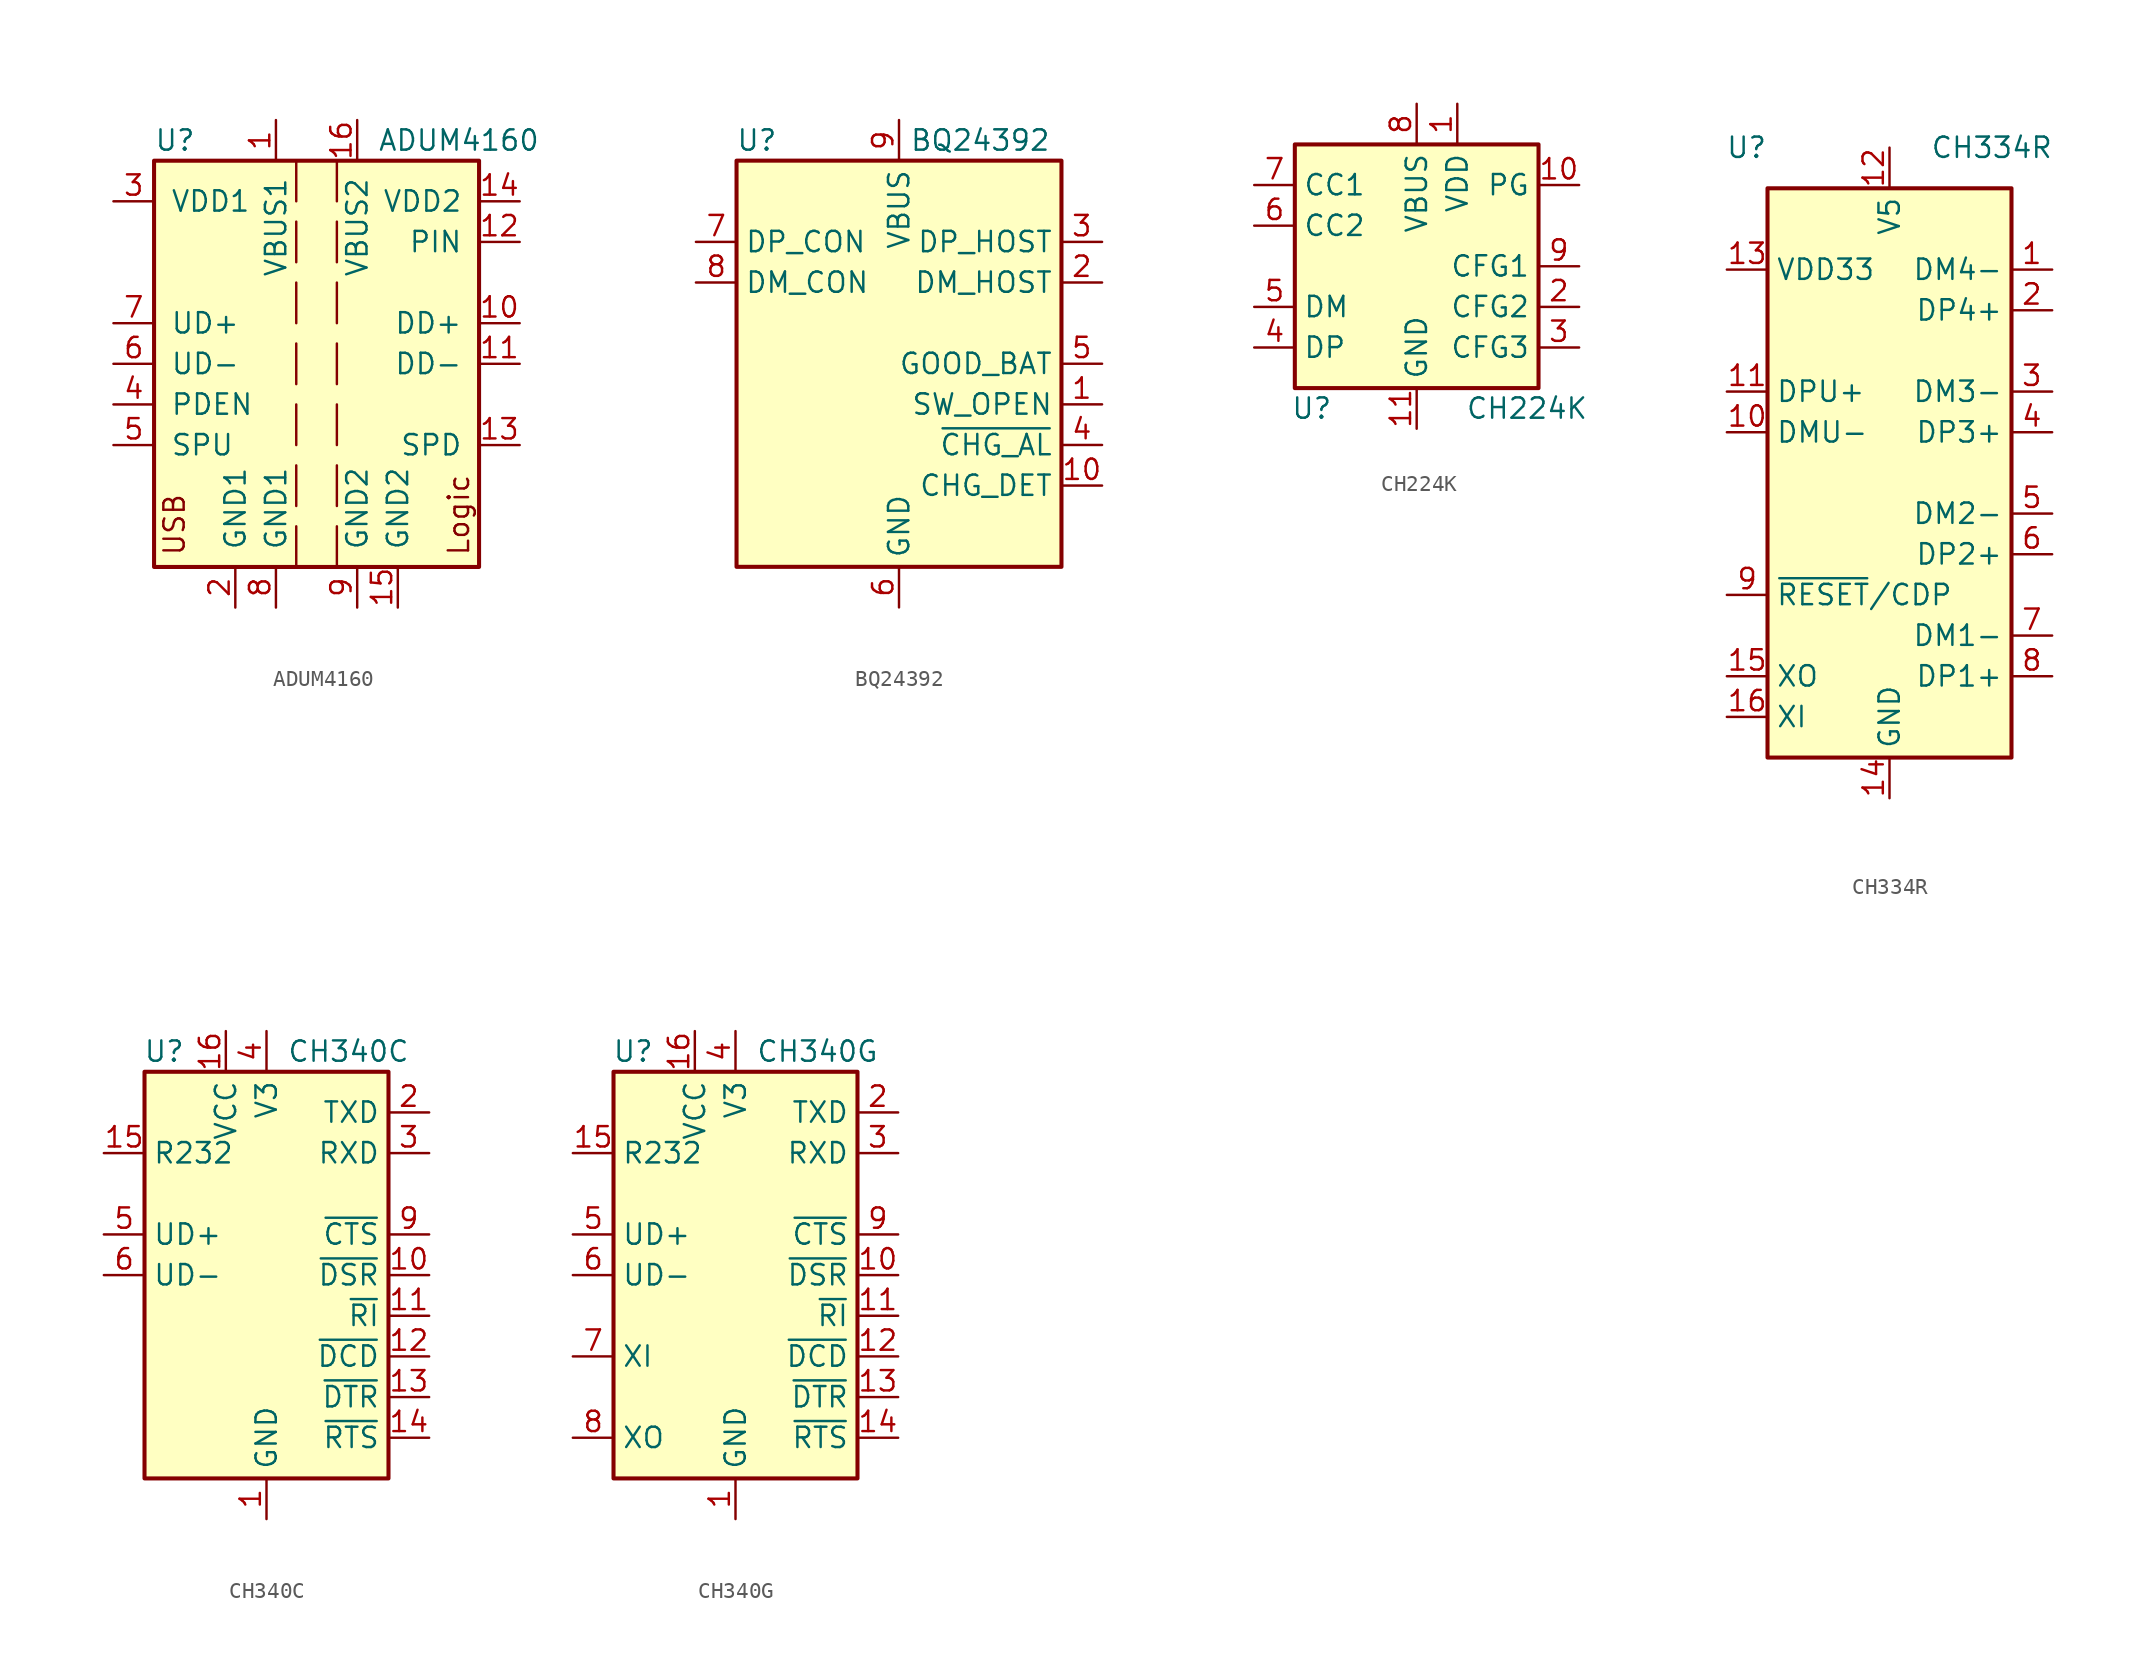
<source format=kicad_sym>
(kicad_symbol_lib
  (version 20241209)
  (generator "kicad_symbol_editor")
  (generator_version "9.0")
  (symbol "ADUM4160"
    (pin_names
      (offset 1.016))
    (property "Reference" "U"
      (at -10.16 13.97 0)
      (effects (font (size 1.27 1.27)) (justify left)))
    (property "Value" "ADUM4160"
      (at 3.81 13.97 0)
      (effects (font (size 1.27 1.27)) (justify left)))
    (symbol "ADUM4160_0_0"
      (text "Logic" (at 8.89 -12.065 900) (effects (font (size 1.27 1.27)) (justify left))))
    (symbol "ADUM4160_0_1"
      (rectangle (start -10.16 12.7) (end 10.16 -12.7) (stroke (width 0.254) (type default)) (fill (type background)))
      (polyline (pts (xy -1.27 12.7) (xy -1.27 10.16)) (stroke (width 0) (type default)) (fill (type none)))
      (polyline (pts (xy -1.27 8.89) (xy -1.27 6.35)) (stroke (width 0) (type default)) (fill (type none)))
      (polyline (pts (xy -1.27 5.08) (xy -1.27 2.54)) (stroke (width 0) (type default)) (fill (type none)))
      (polyline (pts (xy -1.27 1.27) (xy -1.27 -1.27)) (stroke (width 0) (type default)) (fill (type none)))
      (polyline (pts (xy -1.27 -2.54) (xy -1.27 -5.08)) (stroke (width 0) (type default)) (fill (type none)))
      (polyline (pts (xy -1.27 -6.35) (xy -1.27 -8.89)) (stroke (width 0) (type default)) (fill (type none)))
      (polyline (pts (xy -1.27 -10.16) (xy -1.27 -12.7)) (stroke (width 0) (type default)) (fill (type none)))
      (polyline (pts (xy 1.27 12.7) (xy 1.27 10.16)) (stroke (width 0) (type default)) (fill (type none)))
      (polyline (pts (xy 1.27 8.89) (xy 1.27 6.35)) (stroke (width 0) (type default)) (fill (type none)))
      (polyline (pts (xy 1.27 5.08) (xy 1.27 2.54)) (stroke (width 0) (type default)) (fill (type none)))
      (polyline (pts (xy 1.27 1.27) (xy 1.27 -1.27)) (stroke (width 0) (type default)) (fill (type none)))
      (polyline (pts (xy 1.27 -2.54) (xy 1.27 -5.08)) (stroke (width 0) (type default)) (fill (type none)))
      (polyline (pts (xy 1.27 -6.35) (xy 1.27 -8.89)) (stroke (width 0) (type default)) (fill (type none)))
      (polyline (pts (xy 1.27 -10.16) (xy 1.27 -12.7)) (stroke (width 0) (type default)) (fill (type none))))
    (symbol "ADUM4160_1_0"
      (text "USB" (at -8.89 -12.065 900) (effects (font (size 1.27 1.27)) (justify left))))
    (symbol "ADUM4160_1_1"
      (pin power_in line (at -12.7 10.16 0) (length 2.54) (name "VDD1" (effects (font (size 1.27 1.27)))) (number "3" (effects (font (size 1.27 1.27)))))
      (pin bidirectional line (at -12.7 2.54 0) (length 2.54) (name "UD+" (effects (font (size 1.27 1.27)))) (number "7" (effects (font (size 1.27 1.27)))))
      (pin bidirectional line (at -12.7 0 0) (length 2.54) (name "UD-" (effects (font (size 1.27 1.27)))) (number "6" (effects (font (size 1.27 1.27)))))
      (pin input line (at -12.7 -2.54 0) (length 2.54) (name "PDEN" (effects (font (size 1.27 1.27)))) (number "4" (effects (font (size 1.27 1.27)))))
      (pin input line (at -12.7 -5.08 0) (length 2.54) (name "SPU" (effects (font (size 1.27 1.27)))) (number "5" (effects (font (size 1.27 1.27)))))
      (pin power_in line (at -5.08 -15.24 90) (length 2.54) (name "GND1" (effects (font (size 1.27 1.27)))) (number "2" (effects (font (size 1.27 1.27)))))
      (pin power_in line (at -2.54 15.24 270) (length 2.54) (name "VBUS1" (effects (font (size 1.27 1.27)))) (number "1" (effects (font (size 1.27 1.27)))))
      (pin power_in line (at -2.54 -15.24 90) (length 2.54) (name "GND1" (effects (font (size 1.27 1.27)))) (number "8" (effects (font (size 1.27 1.27)))))
      (pin power_in line (at 2.54 15.24 270) (length 2.54) (name "VBUS2" (effects (font (size 1.27 1.27)))) (number "16" (effects (font (size 1.27 1.27)))))
      (pin power_in line (at 2.54 -15.24 90) (length 2.54) (name "GND2" (effects (font (size 1.27 1.27)))) (number "9" (effects (font (size 1.27 1.27)))))
      (pin power_in line (at 5.08 -15.24 90) (length 2.54) (name "GND2" (effects (font (size 1.27 1.27)))) (number "15" (effects (font (size 1.27 1.27)))))
      (pin power_in line (at 12.7 10.16 180) (length 2.54) (name "VDD2" (effects (font (size 1.27 1.27)))) (number "14" (effects (font (size 1.27 1.27)))))
      (pin input line (at 12.7 7.62 180) (length 2.54) (name "PIN" (effects (font (size 1.27 1.27)))) (number "12" (effects (font (size 1.27 1.27)))))
      (pin bidirectional line (at 12.7 2.54 180) (length 2.54) (name "DD+" (effects (font (size 1.27 1.27)))) (number "10" (effects (font (size 1.27 1.27)))))
      (pin bidirectional line (at 12.7 0 180) (length 2.54) (name "DD-" (effects (font (size 1.27 1.27)))) (number "11" (effects (font (size 1.27 1.27)))))
      (pin input line (at 12.7 -5.08 180) (length 2.54) (name "SPD" (effects (font (size 1.27 1.27)))) (number "13" (effects (font (size 1.27 1.27)))))))
  (symbol "BQ24392"
    (property "Reference" "U"
      (at -8.89 13.97 0)
      (effects (font (size 1.27 1.27))))
    (property "Value" "BQ24392"
      (at 5.08 13.97 0)
      (effects (font (size 1.27 1.27))))
    (symbol "BQ24392_0_1"
      (rectangle (start -10.16 12.7) (end 10.16 -12.7) (stroke (width 0.254) (type default)) (fill (type background))))
    (symbol "BQ24392_1_1"
      (pin bidirectional line (at -12.7 7.62 0) (length 2.54) (name "DP_CON" (effects (font (size 1.27 1.27)))) (number "7" (effects (font (size 1.27 1.27)))))
      (pin bidirectional line (at -12.7 5.08 0) (length 2.54) (name "DM_CON" (effects (font (size 1.27 1.27)))) (number "8" (effects (font (size 1.27 1.27)))))
      (pin power_in line (at 0 15.24 270) (length 2.54) (name "VBUS" (effects (font (size 1.27 1.27)))) (number "9" (effects (font (size 1.27 1.27)))))
      (pin power_in line (at 0 -15.24 90) (length 2.54) (name "GND" (effects (font (size 1.27 1.27)))) (number "6" (effects (font (size 1.27 1.27)))))
      (pin bidirectional line (at 12.7 7.62 180) (length 2.54) (name "DP_HOST" (effects (font (size 1.27 1.27)))) (number "3" (effects (font (size 1.27 1.27)))))
      (pin bidirectional line (at 12.7 5.08 180) (length 2.54) (name "DM_HOST" (effects (font (size 1.27 1.27)))) (number "2" (effects (font (size 1.27 1.27)))))
      (pin input line (at 12.7 0 180) (length 2.54) (name "GOOD_BAT" (effects (font (size 1.27 1.27)))) (number "5" (effects (font (size 1.27 1.27)))))
      (pin open_collector line (at 12.7 -2.54 180) (length 2.54) (name "SW_OPEN" (effects (font (size 1.27 1.27)))) (number "1" (effects (font (size 1.27 1.27)))))
      (pin open_collector line (at 12.7 -5.08 180) (length 2.54) (name "~{CHG_AL}" (effects (font (size 1.27 1.27)))) (number "4" (effects (font (size 1.27 1.27)))))
      (pin output line (at 12.7 -7.62 180) (length 2.54) (name "CHG_DET" (effects (font (size 1.27 1.27)))) (number "10" (effects (font (size 1.27 1.27)))))))
  (symbol "CH224K"
    (property "Reference" "U"
      (at -7.874 -8.89 0)
      (effects (font (size 1.27 1.27)) (justify left)))
    (property "Value" "CH224K"
      (at 3.048 -8.89 0)
      (effects (font (size 1.27 1.27)) (justify left)))
    (symbol "CH224K_1_1"
      (rectangle (start -7.62 7.62) (end 7.62 -7.62) (stroke (width 0.254) (type default)) (fill (type background)))
      (pin bidirectional line (at -10.16 5.08 0) (length 2.54) (name "CC1" (effects (font (size 1.27 1.27)))) (number "7" (effects (font (size 1.27 1.27)))))
      (pin bidirectional line (at -10.16 2.54 0) (length 2.54) (name "CC2" (effects (font (size 1.27 1.27)))) (number "6" (effects (font (size 1.27 1.27)))))
      (pin bidirectional line (at -10.16 -2.54 0) (length 2.54) (name "DM" (effects (font (size 1.27 1.27)))) (number "5" (effects (font (size 1.27 1.27)))))
      (pin bidirectional line (at -10.16 -5.08 0) (length 2.54) (name "DP" (effects (font (size 1.27 1.27)))) (number "4" (effects (font (size 1.27 1.27)))))
      (pin passive line (at 0 10.16 270) (length 2.54) (name "VBUS" (effects (font (size 1.27 1.27)))) (number "8" (effects (font (size 1.27 1.27)))))
      (pin power_in line (at 0 -10.16 90) (length 2.54) (name "GND" (effects (font (size 1.27 1.27)))) (number "11" (effects (font (size 1.27 1.27)))))
      (pin power_in line (at 2.54 10.16 270) (length 2.54) (name "VDD" (effects (font (size 1.27 1.27)))) (number "1" (effects (font (size 1.27 1.27)))))
      (pin open_collector line (at 10.16 5.08 180) (length 2.54) (name "PG" (effects (font (size 1.27 1.27)))) (number "10" (effects (font (size 1.27 1.27)))))
      (pin passive line (at 10.16 0 180) (length 2.54) (name "CFG1" (effects (font (size 1.27 1.27)))) (number "9" (effects (font (size 1.27 1.27)))))
      (pin passive line (at 10.16 -2.54 180) (length 2.54) (name "CFG2" (effects (font (size 1.27 1.27)))) (number "2" (effects (font (size 1.27 1.27)))))
      (pin passive line (at 10.16 -5.08 180) (length 2.54) (name "CFG3" (effects (font (size 1.27 1.27)))) (number "3" (effects (font (size 1.27 1.27)))))))
  (symbol "CH334R"
    (property "Reference" "U"
      (at -7.62 20.32 0)
      (effects (font (size 1.27 1.27)) (justify right)))
    (property "Value" "CH334R"
      (at 2.54 20.32 0)
      (effects (font (size 1.27 1.27)) (justify left)))
    (symbol "CH334R_0_1"
      (rectangle (start -7.62 17.78) (end 7.62 -17.78) (stroke (width 0.254) (type default)) (fill (type background))))
    (symbol "CH334R_1_1"
      (pin passive line (at -10.16 12.7 0) (length 2.54) (name "VDD33" (effects (font (size 1.27 1.27)))) (number "13" (effects (font (size 1.27 1.27)))))
      (pin bidirectional line (at -10.16 5.08 0) (length 2.54) (name "DPU+" (effects (font (size 1.27 1.27)))) (number "11" (effects (font (size 1.27 1.27)))))
      (pin bidirectional line (at -10.16 2.54 0) (length 2.54) (name "DMU-" (effects (font (size 1.27 1.27)))) (number "10" (effects (font (size 1.27 1.27)))))
      (pin input line (at -10.16 -7.62 0) (length 2.54) (name "~{RESET}/CDP" (effects (font (size 1.27 1.27)))) (number "9" (effects (font (size 1.27 1.27)))))
      (pin passive line (at -10.16 -12.7 0) (length 2.54) (name "XO" (effects (font (size 1.27 1.27)))) (number "15" (effects (font (size 1.27 1.27)))))
      (pin passive line (at -10.16 -15.24 0) (length 2.54) (name "XI" (effects (font (size 1.27 1.27)))) (number "16" (effects (font (size 1.27 1.27)))))
      (pin power_in line (at 0 20.32 270) (length 2.54) (name "V5" (effects (font (size 1.27 1.27)))) (number "12" (effects (font (size 1.27 1.27)))))
      (pin power_in line (at 0 -20.32 90) (length 2.54) (name "GND" (effects (font (size 1.27 1.27)))) (number "14" (effects (font (size 1.27 1.27)))))
      (pin bidirectional line (at 10.16 12.7 180) (length 2.54) (name "DM4-" (effects (font (size 1.27 1.27)))) (number "1" (effects (font (size 1.27 1.27)))))
      (pin bidirectional line (at 10.16 10.16 180) (length 2.54) (name "DP4+" (effects (font (size 1.27 1.27)))) (number "2" (effects (font (size 1.27 1.27)))))
      (pin bidirectional line (at 10.16 5.08 180) (length 2.54) (name "DM3-" (effects (font (size 1.27 1.27)))) (number "3" (effects (font (size 1.27 1.27)))))
      (pin bidirectional line (at 10.16 2.54 180) (length 2.54) (name "DP3+" (effects (font (size 1.27 1.27)))) (number "4" (effects (font (size 1.27 1.27)))))
      (pin bidirectional line (at 10.16 -2.54 180) (length 2.54) (name "DM2-" (effects (font (size 1.27 1.27)))) (number "5" (effects (font (size 1.27 1.27)))))
      (pin bidirectional line (at 10.16 -5.08 180) (length 2.54) (name "DP2+" (effects (font (size 1.27 1.27)))) (number "6" (effects (font (size 1.27 1.27)))))
      (pin bidirectional line (at 10.16 -10.16 180) (length 2.54) (name "DM1-" (effects (font (size 1.27 1.27)))) (number "7" (effects (font (size 1.27 1.27)))))
      (pin bidirectional line (at 10.16 -12.7 180) (length 2.54) (name "DP1+" (effects (font (size 1.27 1.27)))) (number "8" (effects (font (size 1.27 1.27)))))))
  (symbol "CH340C"
    (property "Reference" "U"
      (at -5.08 13.97 0)
      (effects (font (size 1.27 1.27)) (justify right)))
    (property "Value" "CH340C"
      (at 1.27 13.97 0)
      (effects (font (size 1.27 1.27)) (justify left)))
    (symbol "CH340C_0_1"
      (rectangle (start -7.62 12.7) (end 7.62 -12.7) (stroke (width 0.254) (type default)) (fill (type background))))
    (symbol "CH340C_1_1"
      (pin input line (at -10.16 7.62 0) (length 2.54) (name "R232" (effects (font (size 1.27 1.27)))) (number "15" (effects (font (size 1.27 1.27)))))
      (pin bidirectional line (at -10.16 2.54 0) (length 2.54) (name "UD+" (effects (font (size 1.27 1.27)))) (number "5" (effects (font (size 1.27 1.27)))))
      (pin bidirectional line (at -10.16 0 0) (length 2.54) (name "UD-" (effects (font (size 1.27 1.27)))) (number "6" (effects (font (size 1.27 1.27)))))
      (pin no_connect line (at -7.62 -5.08 0) (length 2.54) (hide yes) (name "NC" (effects (font (size 1.27 1.27)))) (number "7" (effects (font (size 1.27 1.27)))))
      (pin no_connect line (at -7.62 -7.62 0) (length 2.54) (hide yes) (name "NC" (effects (font (size 1.27 1.27)))) (number "8" (effects (font (size 1.27 1.27)))))
      (pin power_in line (at -2.54 15.24 270) (length 2.54) (name "VCC" (effects (font (size 1.27 1.27)))) (number "16" (effects (font (size 1.27 1.27)))))
      (pin power_out line (at 0 15.24 270) (length 2.54) (name "V3" (effects (font (size 1.27 1.27)))) (number "4" (effects (font (size 1.27 1.27)))))
      (pin power_in line (at 0 -15.24 90) (length 2.54) (name "GND" (effects (font (size 1.27 1.27)))) (number "1" (effects (font (size 1.27 1.27)))))
      (pin output line (at 10.16 10.16 180) (length 2.54) (name "TXD" (effects (font (size 1.27 1.27)))) (number "2" (effects (font (size 1.27 1.27)))))
      (pin input line (at 10.16 7.62 180) (length 2.54) (name "RXD" (effects (font (size 1.27 1.27)))) (number "3" (effects (font (size 1.27 1.27)))))
      (pin input line (at 10.16 2.54 180) (length 2.54) (name "~{CTS}" (effects (font (size 1.27 1.27)))) (number "9" (effects (font (size 1.27 1.27)))))
      (pin input line (at 10.16 0 180) (length 2.54) (name "~{DSR}" (effects (font (size 1.27 1.27)))) (number "10" (effects (font (size 1.27 1.27)))))
      (pin input line (at 10.16 -2.54 180) (length 2.54) (name "~{RI}" (effects (font (size 1.27 1.27)))) (number "11" (effects (font (size 1.27 1.27)))))
      (pin input line (at 10.16 -5.08 180) (length 2.54) (name "~{DCD}" (effects (font (size 1.27 1.27)))) (number "12" (effects (font (size 1.27 1.27)))))
      (pin output line (at 10.16 -7.62 180) (length 2.54) (name "~{DTR}" (effects (font (size 1.27 1.27)))) (number "13" (effects (font (size 1.27 1.27)))))
      (pin output line (at 10.16 -10.16 180) (length 2.54) (name "~{RTS}" (effects (font (size 1.27 1.27)))) (number "14" (effects (font (size 1.27 1.27)))))))
  (symbol "CH340G"
    (property "Reference" "U"
      (at -5.08 13.97 0)
      (effects (font (size 1.27 1.27)) (justify right)))
    (property "Value" "CH340G"
      (at 1.27 13.97 0)
      (effects (font (size 1.27 1.27)) (justify left)))
    (symbol "CH340G_0_1"
      (rectangle (start -7.62 12.7) (end 7.62 -12.7) (stroke (width 0.254) (type default)) (fill (type background))))
    (symbol "CH340G_1_1"
      (pin input line (at -10.16 7.62 0) (length 2.54) (name "R232" (effects (font (size 1.27 1.27)))) (number "15" (effects (font (size 1.27 1.27)))))
      (pin bidirectional line (at -10.16 2.54 0) (length 2.54) (name "UD+" (effects (font (size 1.27 1.27)))) (number "5" (effects (font (size 1.27 1.27)))))
      (pin bidirectional line (at -10.16 0 0) (length 2.54) (name "UD-" (effects (font (size 1.27 1.27)))) (number "6" (effects (font (size 1.27 1.27)))))
      (pin input line (at -10.16 -5.08 0) (length 2.54) (name "XI" (effects (font (size 1.27 1.27)))) (number "7" (effects (font (size 1.27 1.27)))))
      (pin output line (at -10.16 -10.16 0) (length 2.54) (name "XO" (effects (font (size 1.27 1.27)))) (number "8" (effects (font (size 1.27 1.27)))))
      (pin power_in line (at -2.54 15.24 270) (length 2.54) (name "VCC" (effects (font (size 1.27 1.27)))) (number "16" (effects (font (size 1.27 1.27)))))
      (pin power_out line (at 0 15.24 270) (length 2.54) (name "V3" (effects (font (size 1.27 1.27)))) (number "4" (effects (font (size 1.27 1.27)))))
      (pin power_in line (at 0 -15.24 90) (length 2.54) (name "GND" (effects (font (size 1.27 1.27)))) (number "1" (effects (font (size 1.27 1.27)))))
      (pin output line (at 10.16 10.16 180) (length 2.54) (name "TXD" (effects (font (size 1.27 1.27)))) (number "2" (effects (font (size 1.27 1.27)))))
      (pin input line (at 10.16 7.62 180) (length 2.54) (name "RXD" (effects (font (size 1.27 1.27)))) (number "3" (effects (font (size 1.27 1.27)))))
      (pin input line (at 10.16 2.54 180) (length 2.54) (name "~{CTS}" (effects (font (size 1.27 1.27)))) (number "9" (effects (font (size 1.27 1.27)))))
      (pin input line (at 10.16 0 180) (length 2.54) (name "~{DSR}" (effects (font (size 1.27 1.27)))) (number "10" (effects (font (size 1.27 1.27)))))
      (pin input line (at 10.16 -2.54 180) (length 2.54) (name "~{RI}" (effects (font (size 1.27 1.27)))) (number "11" (effects (font (size 1.27 1.27)))))
      (pin input line (at 10.16 -5.08 180) (length 2.54) (name "~{DCD}" (effects (font (size 1.27 1.27)))) (number "12" (effects (font (size 1.27 1.27)))))
      (pin output line (at 10.16 -7.62 180) (length 2.54) (name "~{DTR}" (effects (font (size 1.27 1.27)))) (number "13" (effects (font (size 1.27 1.27)))))
      (pin output line (at 10.16 -10.16 180) (length 2.54) (name "~{RTS}" (effects (font (size 1.27 1.27)))) (number "14" (effects (font (size 1.27 1.27))))))))
</source>
